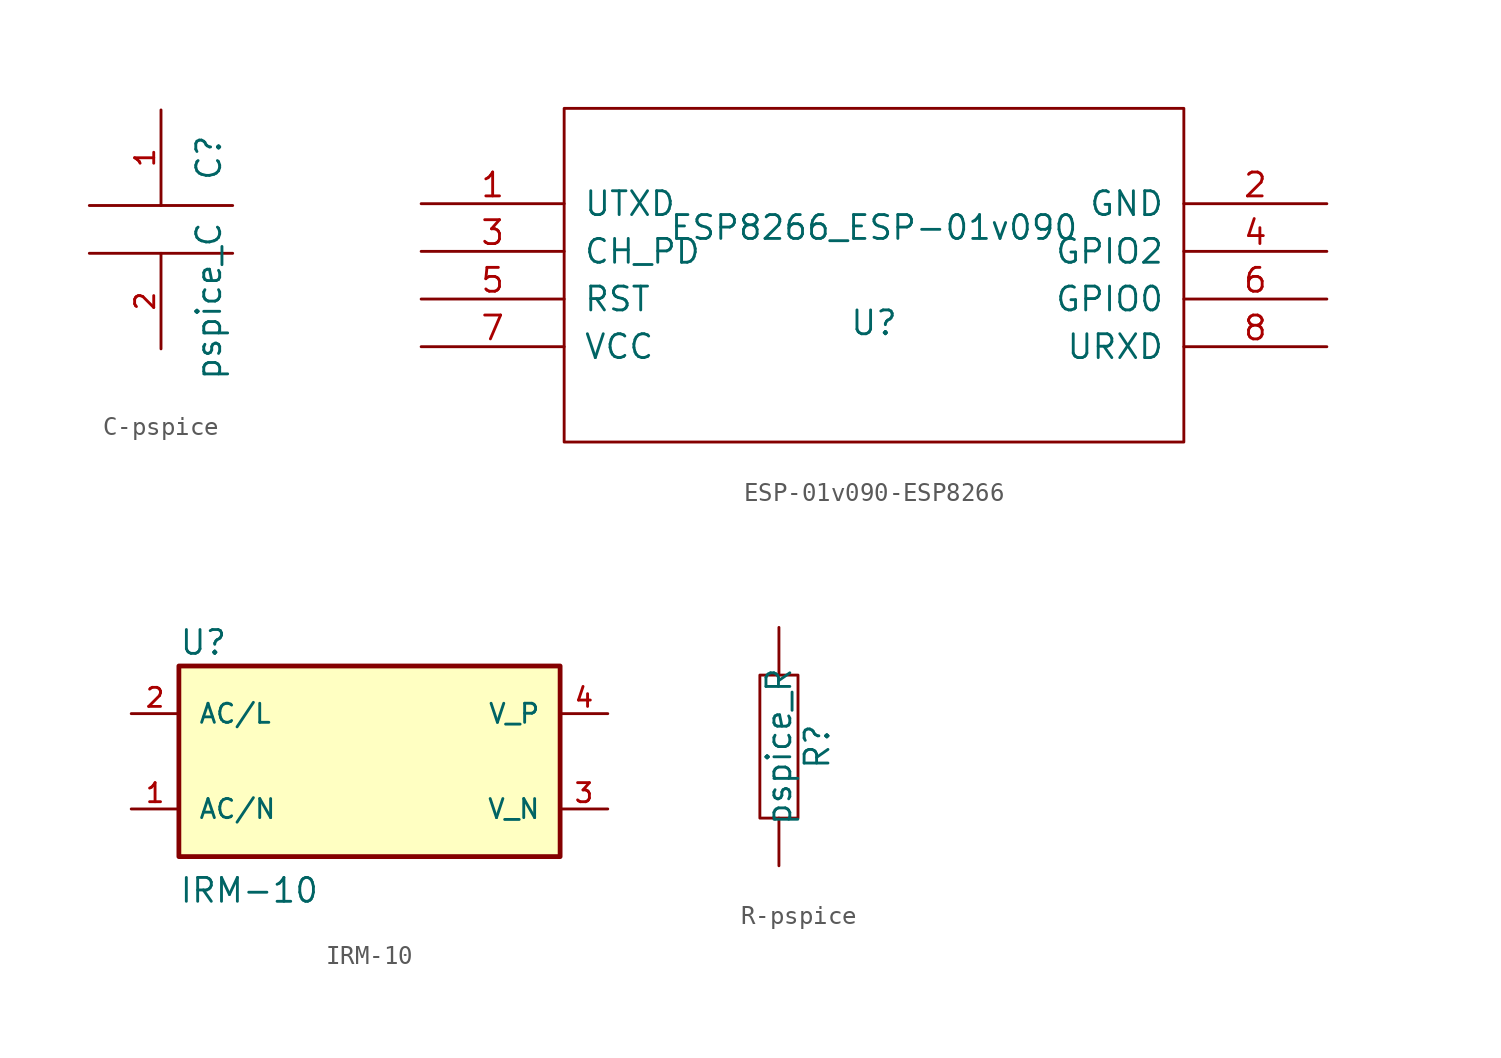
<source format=kicad_sym>
(kicad_symbol_lib
  (version 20241209)
  (generator "kicad_symbol_editor")
  (generator_version "9.0")
  (symbol "C-pspice"
    (pin_names
      (offset 0.254))
    (property "Reference" "C"
      (at 2.54 3.81 90)
      (effects (font (size 1.27 1.27))))
    (property "Value" "pspice_C"
      (at 2.54 -3.81 90)
      (effects (font (size 1.27 1.27))))
    (symbol "C-pspice_0_1"
      (polyline (pts (xy -3.81 1.27) (xy 3.81 1.27)) (stroke (width 0) (type solid)) (fill (type none)))
      (polyline (pts (xy -3.81 -1.27) (xy 3.81 -1.27)) (stroke (width 0) (type solid)) (fill (type none))))
    (symbol "C-pspice_1_1"
      (pin passive line (at 0 6.35 270) (length 5.08) (name "~" (effects (font (size 1.016 1.016)))) (number "1" (effects (font (size 1.016 1.016)))))
      (pin passive line (at 0 -6.35 90) (length 5.08) (name "~" (effects (font (size 1.016 1.016)))) (number "2" (effects (font (size 1.016 1.016)))))))
  (symbol "ESP-01v090-ESP8266"
    (pin_names
      (offset 1.016))
    (property "Reference" "U"
      (at 0 -2.54 0)
      (effects (font (size 1.27 1.27))))
    (property "Value" "ESP8266_ESP-01v090"
      (at 0 2.54 0)
      (effects (font (size 1.27 1.27))))
    (symbol "ESP-01v090-ESP8266_1_0"
      (rectangle (start -16.51 -8.89) (end 16.51 8.89) (stroke (width 0) (type solid)) (fill (type none))))
    (symbol "ESP-01v090-ESP8266_1_1"
      (pin output line (at -24.13 3.81 0) (length 7.62) (name "UTXD" (effects (font (size 1.27 1.27)))) (number "1" (effects (font (size 1.27 1.27)))))
      (pin input line (at -24.13 1.27 0) (length 7.62) (name "CH_PD" (effects (font (size 1.27 1.27)))) (number "3" (effects (font (size 1.27 1.27)))))
      (pin input line (at -24.13 -1.27 0) (length 7.62) (name "RST" (effects (font (size 1.27 1.27)))) (number "5" (effects (font (size 1.27 1.27)))))
      (pin power_in line (at -24.13 -3.81 0) (length 7.62) (name "VCC" (effects (font (size 1.27 1.27)))) (number "7" (effects (font (size 1.27 1.27)))))
      (pin power_in line (at 24.13 3.81 180) (length 7.62) (name "GND" (effects (font (size 1.27 1.27)))) (number "2" (effects (font (size 1.27 1.27)))))
      (pin tri_state line (at 24.13 1.27 180) (length 7.62) (name "GPIO2" (effects (font (size 1.27 1.27)))) (number "4" (effects (font (size 1.27 1.27)))))
      (pin tri_state line (at 24.13 -1.27 180) (length 7.62) (name "GPIO0" (effects (font (size 1.27 1.27)))) (number "6" (effects (font (size 1.27 1.27)))))
      (pin input line (at 24.13 -3.81 180) (length 7.62) (name "URXD" (effects (font (size 1.27 1.27)))) (number "8" (effects (font (size 1.27 1.27)))))))
  (symbol "IRM-10"
    (pin_names
      (offset 1.016))
    (property "Reference" "U"
      (at -10.163 5.59 0)
      (effects (font (size 1.27 1.27)) (justify left bottom)))
    (property "Value" "IRM-10"
      (at -10.166 -7.625 0)
      (effects (font (size 1.27 1.27)) (justify left bottom)))
    (symbol "IRM-10_0_0"
      (rectangle (start -10.16 5.08) (end 10.16 -5.08) (stroke (width 0.254) (type default)) (fill (type background)))
      (pin input line (at -12.7 2.54 0) (length 2.54) (name "AC/L" (effects (font (size 1.016 1.016)))) (number "2" (effects (font (size 1.016 1.016)))))
      (pin input line (at -12.7 -2.54 0) (length 2.54) (name "AC/N" (effects (font (size 1.016 1.016)))) (number "1" (effects (font (size 1.016 1.016)))))
      (pin output line (at 12.7 2.54 180) (length 2.54) (name "V_P" (effects (font (size 1.016 1.016)))) (number "4" (effects (font (size 1.016 1.016)))))
      (pin output line (at 12.7 -2.54 180) (length 2.54) (name "V_N" (effects (font (size 1.016 1.016)))) (number "3" (effects (font (size 1.016 1.016)))))))
  (symbol "R-pspice"
    (pin_numbers
      (hide yes))
    (pin_names
      (offset 0))
    (property "Reference" "R"
      (at 2.032 0 90)
      (effects (font (size 1.27 1.27))))
    (property "Value" "pspice_R"
      (at 0 0 90)
      (effects (font (size 1.27 1.27))))
    (symbol "R-pspice_0_1"
      (rectangle (start -1.016 3.81) (end 1.016 -3.81) (stroke (width 0) (type solid)) (fill (type none))))
    (symbol "R-pspice_1_1"
      (pin passive line (at 0 6.35 270) (length 2.54) (name "~" (effects (font (size 1.27 1.27)))) (number "1" (effects (font (size 1.27 1.27)))))
      (pin passive line (at 0 -6.35 90) (length 2.54) (name "~" (effects (font (size 1.27 1.27)))) (number "2" (effects (font (size 1.27 1.27))))))))
</source>
